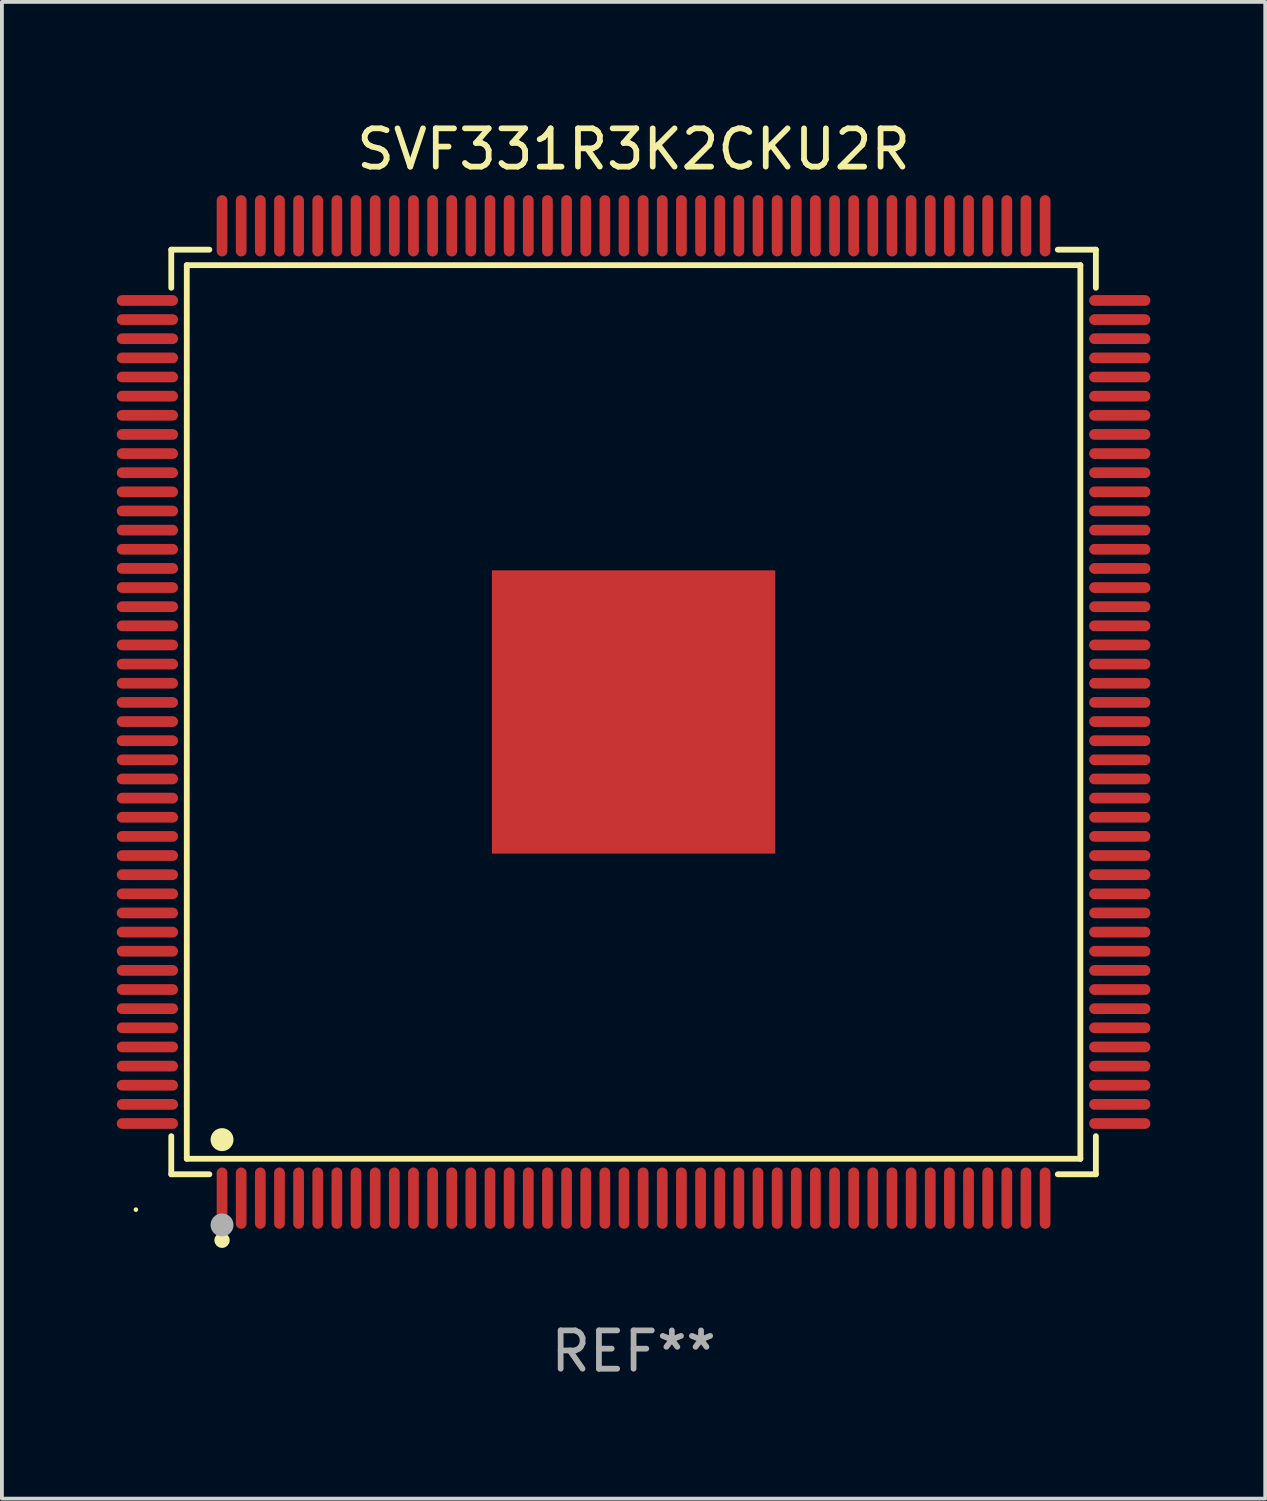
<source format=kicad_pcb>
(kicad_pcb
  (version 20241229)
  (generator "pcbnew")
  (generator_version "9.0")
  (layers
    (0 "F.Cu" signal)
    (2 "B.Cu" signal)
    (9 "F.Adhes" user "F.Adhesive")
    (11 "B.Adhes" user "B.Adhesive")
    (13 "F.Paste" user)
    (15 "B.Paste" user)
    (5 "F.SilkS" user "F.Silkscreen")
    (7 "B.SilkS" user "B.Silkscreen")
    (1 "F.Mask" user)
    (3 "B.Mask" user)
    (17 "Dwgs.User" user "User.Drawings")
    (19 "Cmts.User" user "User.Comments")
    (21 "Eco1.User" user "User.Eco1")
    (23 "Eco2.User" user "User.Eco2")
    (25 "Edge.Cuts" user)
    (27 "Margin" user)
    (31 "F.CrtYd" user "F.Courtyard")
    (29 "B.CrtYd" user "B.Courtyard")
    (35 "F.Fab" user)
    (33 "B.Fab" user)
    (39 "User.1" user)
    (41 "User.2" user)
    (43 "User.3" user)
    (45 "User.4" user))
  (footprint "SVF331R3K2CKU2R"
    (layer "F.Cu")
    (at 13.5 15.548)
    (property "Reference" "SVF331R3K2CKU2R" (at 0 -14.7 0) (layer "F.SilkS") (effects (font (size 1 1) (thickness 0.15))))
    (attr through_hole)
    (fp_line (start -12.076 -12.076) (end -11.081 -12.076) (stroke (width 0.152) (type solid)) (layer "F.SilkS"))
    (fp_line (start -12.076 -11.081) (end -12.076 -12.076) (stroke (width 0.152) (type solid)) (layer "F.SilkS"))
    (fp_line (start -12.076 11.081) (end -12.076 12.076) (stroke (width 0.152) (type solid)) (layer "F.SilkS"))
    (fp_line (start -12.076 12.076) (end -11.081 12.076) (stroke (width 0.152) (type solid)) (layer "F.SilkS"))
    (fp_line (start -11.671 -11.671) (end 11.671 -11.671) (stroke (width 0.152) (type solid)) (layer "F.SilkS"))
    (fp_line (start -11.671 11.671) (end -11.671 -11.671) (stroke (width 0.152) (type solid)) (layer "F.SilkS"))
    (fp_line (start 11.671 -11.671) (end 11.671 11.671) (stroke (width 0.152) (type solid)) (layer "F.SilkS"))
    (fp_line (start 11.671 11.671) (end -11.671 11.671) (stroke (width 0.152) (type solid)) (layer "F.SilkS"))
    (fp_line (start 12.076 -12.076) (end 11.081 -12.076) (stroke (width 0.152) (type solid)) (layer "F.SilkS"))
    (fp_line (start 12.076 -11.081) (end 12.076 -12.076) (stroke (width 0.152) (type solid)) (layer "F.SilkS"))
    (fp_line (start 12.076 11.081) (end 12.076 12.076) (stroke (width 0.152) (type solid)) (layer "F.SilkS"))
    (fp_line (start 12.076 12.076) (end 11.081 12.076) (stroke (width 0.152) (type solid)) (layer "F.SilkS"))
    (fp_circle (center -13 13) (end -12.97 13) (stroke (width 0.06) (type solid)) (fill no) (layer "F.SilkS"))
    (fp_circle (center -10.75 11.171) (end -10.6 11.171) (stroke (width 0.3) (type solid)) (fill no) (layer "F.SilkS"))
    (fp_circle (center -10.75 13.8) (end -10.65 13.8) (stroke (width 0.2) (type solid)) (fill no) (layer "F.SilkS"))
    (fp_circle (center -10.75 13.4) (end -10.6 13.4) (stroke (width 0.3) (type solid)) (fill no) (layer "F.Fab"))
    (fp_text user "REF**" (at 0 16.7 0) (layer "F.Fab") (effects (font (size 1 1) (thickness 0.15))))
    (pad "1" smd oval (at -10.75 12.7) (size 0.28 1.6) (layers "F.Cu" "F.Mask" "F.Paste"))
    (pad "2" smd oval (at -10.25 12.7) (size 0.28 1.6) (layers "F.Cu" "F.Mask" "F.Paste"))
    (pad "3" smd oval (at -9.75 12.7) (size 0.28 1.6) (layers "F.Cu" "F.Mask" "F.Paste"))
    (pad "4" smd oval (at -9.25 12.7) (size 0.28 1.6) (layers "F.Cu" "F.Mask" "F.Paste"))
    (pad "5" smd oval (at -8.75 12.7) (size 0.28 1.6) (layers "F.Cu" "F.Mask" "F.Paste"))
    (pad "6" smd oval (at -8.25 12.7) (size 0.28 1.6) (layers "F.Cu" "F.Mask" "F.Paste"))
    (pad "7" smd oval (at -7.75 12.7) (size 0.28 1.6) (layers "F.Cu" "F.Mask" "F.Paste"))
    (pad "8" smd oval (at -7.25 12.7) (size 0.28 1.6) (layers "F.Cu" "F.Mask" "F.Paste"))
    (pad "9" smd oval (at -6.75 12.7) (size 0.28 1.6) (layers "F.Cu" "F.Mask" "F.Paste"))
    (pad "10" smd oval (at -6.25 12.7) (size 0.28 1.6) (layers "F.Cu" "F.Mask" "F.Paste"))
    (pad "11" smd oval (at -5.75 12.7) (size 0.28 1.6) (layers "F.Cu" "F.Mask" "F.Paste"))
    (pad "12" smd oval (at -5.25 12.7) (size 0.28 1.6) (layers "F.Cu" "F.Mask" "F.Paste"))
    (pad "13" smd oval (at -4.75 12.7) (size 0.28 1.6) (layers "F.Cu" "F.Mask" "F.Paste"))
    (pad "14" smd oval (at -4.25 12.7) (size 0.28 1.6) (layers "F.Cu" "F.Mask" "F.Paste"))
    (pad "15" smd oval (at -3.75 12.7) (size 0.28 1.6) (layers "F.Cu" "F.Mask" "F.Paste"))
    (pad "16" smd oval (at -3.25 12.7) (size 0.28 1.6) (layers "F.Cu" "F.Mask" "F.Paste"))
    (pad "17" smd oval (at -2.75 12.7) (size 0.28 1.6) (layers "F.Cu" "F.Mask" "F.Paste"))
    (pad "18" smd oval (at -2.25 12.7) (size 0.28 1.6) (layers "F.Cu" "F.Mask" "F.Paste"))
    (pad "19" smd oval (at -1.75 12.7) (size 0.28 1.6) (layers "F.Cu" "F.Mask" "F.Paste"))
    (pad "20" smd oval (at -1.25 12.7) (size 0.28 1.6) (layers "F.Cu" "F.Mask" "F.Paste"))
    (pad "21" smd oval (at -0.75 12.7) (size 0.28 1.6) (layers "F.Cu" "F.Mask" "F.Paste"))
    (pad "22" smd oval (at -0.25 12.7) (size 0.28 1.6) (layers "F.Cu" "F.Mask" "F.Paste"))
    (pad "23" smd oval (at 0.25 12.7) (size 0.28 1.6) (layers "F.Cu" "F.Mask" "F.Paste"))
    (pad "24" smd oval (at 0.75 12.7) (size 0.28 1.6) (layers "F.Cu" "F.Mask" "F.Paste"))
    (pad "25" smd oval (at 1.25 12.7) (size 0.28 1.6) (layers "F.Cu" "F.Mask" "F.Paste"))
    (pad "26" smd oval (at 1.75 12.7) (size 0.28 1.6) (layers "F.Cu" "F.Mask" "F.Paste"))
    (pad "27" smd oval (at 2.25 12.7) (size 0.28 1.6) (layers "F.Cu" "F.Mask" "F.Paste"))
    (pad "28" smd oval (at 2.75 12.7) (size 0.28 1.6) (layers "F.Cu" "F.Mask" "F.Paste"))
    (pad "29" smd oval (at 3.25 12.7) (size 0.28 1.6) (layers "F.Cu" "F.Mask" "F.Paste"))
    (pad "30" smd oval (at 3.75 12.7) (size 0.28 1.6) (layers "F.Cu" "F.Mask" "F.Paste"))
    (pad "31" smd oval (at 4.25 12.7) (size 0.28 1.6) (layers "F.Cu" "F.Mask" "F.Paste"))
    (pad "32" smd oval (at 4.75 12.7) (size 0.28 1.6) (layers "F.Cu" "F.Mask" "F.Paste"))
    (pad "33" smd oval (at 5.25 12.7) (size 0.28 1.6) (layers "F.Cu" "F.Mask" "F.Paste"))
    (pad "34" smd oval (at 5.75 12.7) (size 0.28 1.6) (layers "F.Cu" "F.Mask" "F.Paste"))
    (pad "35" smd oval (at 6.25 12.7) (size 0.28 1.6) (layers "F.Cu" "F.Mask" "F.Paste"))
    (pad "36" smd oval (at 6.75 12.7) (size 0.28 1.6) (layers "F.Cu" "F.Mask" "F.Paste"))
    (pad "37" smd oval (at 7.25 12.7) (size 0.28 1.6) (layers "F.Cu" "F.Mask" "F.Paste"))
    (pad "38" smd oval (at 7.75 12.7) (size 0.28 1.6) (layers "F.Cu" "F.Mask" "F.Paste"))
    (pad "39" smd oval (at 8.25 12.7) (size 0.28 1.6) (layers "F.Cu" "F.Mask" "F.Paste"))
    (pad "40" smd oval (at 8.75 12.7) (size 0.28 1.6) (layers "F.Cu" "F.Mask" "F.Paste"))
    (pad "41" smd oval (at 9.25 12.7) (size 0.28 1.6) (layers "F.Cu" "F.Mask" "F.Paste"))
    (pad "42" smd oval (at 9.75 12.7) (size 0.28 1.6) (layers "F.Cu" "F.Mask" "F.Paste"))
    (pad "43" smd oval (at 10.25 12.7) (size 0.28 1.6) (layers "F.Cu" "F.Mask" "F.Paste"))
    (pad "44" smd oval (at 10.75 12.7) (size 0.28 1.6) (layers "F.Cu" "F.Mask" "F.Paste"))
    (pad "45" smd oval (at 12.7 10.75) (size 1.6 0.28) (layers "F.Cu" "F.Mask" "F.Paste"))
    (pad "46" smd oval (at 12.7 10.25) (size 1.6 0.28) (layers "F.Cu" "F.Mask" "F.Paste"))
    (pad "47" smd oval (at 12.7 9.75) (size 1.6 0.28) (layers "F.Cu" "F.Mask" "F.Paste"))
    (pad "48" smd oval (at 12.7 9.25) (size 1.6 0.28) (layers "F.Cu" "F.Mask" "F.Paste"))
    (pad "49" smd oval (at 12.7 8.75) (size 1.6 0.28) (layers "F.Cu" "F.Mask" "F.Paste"))
    (pad "50" smd oval (at 12.7 8.25) (size 1.6 0.28) (layers "F.Cu" "F.Mask" "F.Paste"))
    (pad "51" smd oval (at 12.7 7.75) (size 1.6 0.28) (layers "F.Cu" "F.Mask" "F.Paste"))
    (pad "52" smd oval (at 12.7 7.25) (size 1.6 0.28) (layers "F.Cu" "F.Mask" "F.Paste"))
    (pad "53" smd oval (at 12.7 6.75) (size 1.6 0.28) (layers "F.Cu" "F.Mask" "F.Paste"))
    (pad "54" smd oval (at 12.7 6.25) (size 1.6 0.28) (layers "F.Cu" "F.Mask" "F.Paste"))
    (pad "55" smd oval (at 12.7 5.75) (size 1.6 0.28) (layers "F.Cu" "F.Mask" "F.Paste"))
    (pad "56" smd oval (at 12.7 5.25) (size 1.6 0.28) (layers "F.Cu" "F.Mask" "F.Paste"))
    (pad "57" smd oval (at 12.7 4.75) (size 1.6 0.28) (layers "F.Cu" "F.Mask" "F.Paste"))
    (pad "58" smd oval (at 12.7 4.25) (size 1.6 0.28) (layers "F.Cu" "F.Mask" "F.Paste"))
    (pad "59" smd oval (at 12.7 3.75) (size 1.6 0.28) (layers "F.Cu" "F.Mask" "F.Paste"))
    (pad "60" smd oval (at 12.7 3.25) (size 1.6 0.28) (layers "F.Cu" "F.Mask" "F.Paste"))
    (pad "61" smd oval (at 12.7 2.75) (size 1.6 0.28) (layers "F.Cu" "F.Mask" "F.Paste"))
    (pad "62" smd oval (at 12.7 2.25) (size 1.6 0.28) (layers "F.Cu" "F.Mask" "F.Paste"))
    (pad "63" smd oval (at 12.7 1.75) (size 1.6 0.28) (layers "F.Cu" "F.Mask" "F.Paste"))
    (pad "64" smd oval (at 12.7 1.25) (size 1.6 0.28) (layers "F.Cu" "F.Mask" "F.Paste"))
    (pad "65" smd oval (at 12.7 0.75) (size 1.6 0.28) (layers "F.Cu" "F.Mask" "F.Paste"))
    (pad "66" smd oval (at 12.7 0.25) (size 1.6 0.28) (layers "F.Cu" "F.Mask" "F.Paste"))
    (pad "67" smd oval (at 12.7 -0.25) (size 1.6 0.28) (layers "F.Cu" "F.Mask" "F.Paste"))
    (pad "68" smd oval (at 12.7 -0.75) (size 1.6 0.28) (layers "F.Cu" "F.Mask" "F.Paste"))
    (pad "69" smd oval (at 12.7 -1.25) (size 1.6 0.28) (layers "F.Cu" "F.Mask" "F.Paste"))
    (pad "70" smd oval (at 12.7 -1.75) (size 1.6 0.28) (layers "F.Cu" "F.Mask" "F.Paste"))
    (pad "71" smd oval (at 12.7 -2.25) (size 1.6 0.28) (layers "F.Cu" "F.Mask" "F.Paste"))
    (pad "72" smd oval (at 12.7 -2.75) (size 1.6 0.28) (layers "F.Cu" "F.Mask" "F.Paste"))
    (pad "73" smd oval (at 12.7 -3.25) (size 1.6 0.28) (layers "F.Cu" "F.Mask" "F.Paste"))
    (pad "74" smd oval (at 12.7 -3.75) (size 1.6 0.28) (layers "F.Cu" "F.Mask" "F.Paste"))
    (pad "75" smd oval (at 12.7 -4.25) (size 1.6 0.28) (layers "F.Cu" "F.Mask" "F.Paste"))
    (pad "76" smd oval (at 12.7 -4.75) (size 1.6 0.28) (layers "F.Cu" "F.Mask" "F.Paste"))
    (pad "77" smd oval (at 12.7 -5.25) (size 1.6 0.28) (layers "F.Cu" "F.Mask" "F.Paste"))
    (pad "78" smd oval (at 12.7 -5.75) (size 1.6 0.28) (layers "F.Cu" "F.Mask" "F.Paste"))
    (pad "79" smd oval (at 12.7 -6.25) (size 1.6 0.28) (layers "F.Cu" "F.Mask" "F.Paste"))
    (pad "80" smd oval (at 12.7 -6.75) (size 1.6 0.28) (layers "F.Cu" "F.Mask" "F.Paste"))
    (pad "81" smd oval (at 12.7 -7.25) (size 1.6 0.28) (layers "F.Cu" "F.Mask" "F.Paste"))
    (pad "82" smd oval (at 12.7 -7.75) (size 1.6 0.28) (layers "F.Cu" "F.Mask" "F.Paste"))
    (pad "83" smd oval (at 12.7 -8.25) (size 1.6 0.28) (layers "F.Cu" "F.Mask" "F.Paste"))
    (pad "84" smd oval (at 12.7 -8.75) (size 1.6 0.28) (layers "F.Cu" "F.Mask" "F.Paste"))
    (pad "85" smd oval (at 12.7 -9.25) (size 1.6 0.28) (layers "F.Cu" "F.Mask" "F.Paste"))
    (pad "86" smd oval (at 12.7 -9.75) (size 1.6 0.28) (layers "F.Cu" "F.Mask" "F.Paste"))
    (pad "87" smd oval (at 12.7 -10.25) (size 1.6 0.28) (layers "F.Cu" "F.Mask" "F.Paste"))
    (pad "88" smd oval (at 12.7 -10.75) (size 1.6 0.28) (layers "F.Cu" "F.Mask" "F.Paste"))
    (pad "89" smd oval (at 10.75 -12.7) (size 0.28 1.6) (layers "F.Cu" "F.Mask" "F.Paste"))
    (pad "90" smd oval (at 10.25 -12.7) (size 0.28 1.6) (layers "F.Cu" "F.Mask" "F.Paste"))
    (pad "91" smd oval (at 9.75 -12.7) (size 0.28 1.6) (layers "F.Cu" "F.Mask" "F.Paste"))
    (pad "92" smd oval (at 9.25 -12.7) (size 0.28 1.6) (layers "F.Cu" "F.Mask" "F.Paste"))
    (pad "93" smd oval (at 8.75 -12.7) (size 0.28 1.6) (layers "F.Cu" "F.Mask" "F.Paste"))
    (pad "94" smd oval (at 8.25 -12.7) (size 0.28 1.6) (layers "F.Cu" "F.Mask" "F.Paste"))
    (pad "95" smd oval (at 7.75 -12.7) (size 0.28 1.6) (layers "F.Cu" "F.Mask" "F.Paste"))
    (pad "96" smd oval (at 7.25 -12.7) (size 0.28 1.6) (layers "F.Cu" "F.Mask" "F.Paste"))
    (pad "97" smd oval (at 6.75 -12.7) (size 0.28 1.6) (layers "F.Cu" "F.Mask" "F.Paste"))
    (pad "98" smd oval (at 6.25 -12.7) (size 0.28 1.6) (layers "F.Cu" "F.Mask" "F.Paste"))
    (pad "99" smd oval (at 5.75 -12.7) (size 0.28 1.6) (layers "F.Cu" "F.Mask" "F.Paste"))
    (pad "100" smd oval (at 5.25 -12.7) (size 0.28 1.6) (layers "F.Cu" "F.Mask" "F.Paste"))
    (pad "101" smd oval (at 4.75 -12.7) (size 0.28 1.6) (layers "F.Cu" "F.Mask" "F.Paste"))
    (pad "102" smd oval (at 4.25 -12.7) (size 0.28 1.6) (layers "F.Cu" "F.Mask" "F.Paste"))
    (pad "103" smd oval (at 3.75 -12.7) (size 0.28 1.6) (layers "F.Cu" "F.Mask" "F.Paste"))
    (pad "104" smd oval (at 3.25 -12.7) (size 0.28 1.6) (layers "F.Cu" "F.Mask" "F.Paste"))
    (pad "105" smd oval (at 2.75 -12.7) (size 0.28 1.6) (layers "F.Cu" "F.Mask" "F.Paste"))
    (pad "106" smd oval (at 2.25 -12.7) (size 0.28 1.6) (layers "F.Cu" "F.Mask" "F.Paste"))
    (pad "107" smd oval (at 1.75 -12.7) (size 0.28 1.6) (layers "F.Cu" "F.Mask" "F.Paste"))
    (pad "108" smd oval (at 1.25 -12.7) (size 0.28 1.6) (layers "F.Cu" "F.Mask" "F.Paste"))
    (pad "109" smd oval (at 0.75 -12.7) (size 0.28 1.6) (layers "F.Cu" "F.Mask" "F.Paste"))
    (pad "110" smd oval (at 0.25 -12.7) (size 0.28 1.6) (layers "F.Cu" "F.Mask" "F.Paste"))
    (pad "111" smd oval (at -0.25 -12.7) (size 0.28 1.6) (layers "F.Cu" "F.Mask" "F.Paste"))
    (pad "112" smd oval (at -0.75 -12.7) (size 0.28 1.6) (layers "F.Cu" "F.Mask" "F.Paste"))
    (pad "113" smd oval (at -1.25 -12.7) (size 0.28 1.6) (layers "F.Cu" "F.Mask" "F.Paste"))
    (pad "114" smd oval (at -1.75 -12.7) (size 0.28 1.6) (layers "F.Cu" "F.Mask" "F.Paste"))
    (pad "115" smd oval (at -2.25 -12.7) (size 0.28 1.6) (layers "F.Cu" "F.Mask" "F.Paste"))
    (pad "116" smd oval (at -2.75 -12.7) (size 0.28 1.6) (layers "F.Cu" "F.Mask" "F.Paste"))
    (pad "117" smd oval (at -3.25 -12.7) (size 0.28 1.6) (layers "F.Cu" "F.Mask" "F.Paste"))
    (pad "118" smd oval (at -3.75 -12.7) (size 0.28 1.6) (layers "F.Cu" "F.Mask" "F.Paste"))
    (pad "119" smd oval (at -4.25 -12.7) (size 0.28 1.6) (layers "F.Cu" "F.Mask" "F.Paste"))
    (pad "120" smd oval (at -4.75 -12.7) (size 0.28 1.6) (layers "F.Cu" "F.Mask" "F.Paste"))
    (pad "121" smd oval (at -5.25 -12.7) (size 0.28 1.6) (layers "F.Cu" "F.Mask" "F.Paste"))
    (pad "122" smd oval (at -5.75 -12.7) (size 0.28 1.6) (layers "F.Cu" "F.Mask" "F.Paste"))
    (pad "123" smd oval (at -6.25 -12.7) (size 0.28 1.6) (layers "F.Cu" "F.Mask" "F.Paste"))
    (pad "124" smd oval (at -6.75 -12.7) (size 0.28 1.6) (layers "F.Cu" "F.Mask" "F.Paste"))
    (pad "125" smd oval (at -7.25 -12.7) (size 0.28 1.6) (layers "F.Cu" "F.Mask" "F.Paste"))
    (pad "126" smd oval (at -7.75 -12.7) (size 0.28 1.6) (layers "F.Cu" "F.Mask" "F.Paste"))
    (pad "127" smd oval (at -8.25 -12.7) (size 0.28 1.6) (layers "F.Cu" "F.Mask" "F.Paste"))
    (pad "128" smd oval (at -8.75 -12.7) (size 0.28 1.6) (layers "F.Cu" "F.Mask" "F.Paste"))
    (pad "129" smd oval (at -9.25 -12.7) (size 0.28 1.6) (layers "F.Cu" "F.Mask" "F.Paste"))
    (pad "130" smd oval (at -9.75 -12.7) (size 0.28 1.6) (layers "F.Cu" "F.Mask" "F.Paste"))
    (pad "131" smd oval (at -10.25 -12.7) (size 0.28 1.6) (layers "F.Cu" "F.Mask" "F.Paste"))
    (pad "132" smd oval (at -10.75 -12.7) (size 0.28 1.6) (layers "F.Cu" "F.Mask" "F.Paste"))
    (pad "133" smd oval (at -12.7 -10.75) (size 1.6 0.28) (layers "F.Cu" "F.Mask" "F.Paste"))
    (pad "134" smd oval (at -12.7 -10.25) (size 1.6 0.28) (layers "F.Cu" "F.Mask" "F.Paste"))
    (pad "135" smd oval (at -12.7 -9.75) (size 1.6 0.28) (layers "F.Cu" "F.Mask" "F.Paste"))
    (pad "136" smd oval (at -12.7 -9.25) (size 1.6 0.28) (layers "F.Cu" "F.Mask" "F.Paste"))
    (pad "137" smd oval (at -12.7 -8.75) (size 1.6 0.28) (layers "F.Cu" "F.Mask" "F.Paste"))
    (pad "138" smd oval (at -12.7 -8.25) (size 1.6 0.28) (layers "F.Cu" "F.Mask" "F.Paste"))
    (pad "139" smd oval (at -12.7 -7.75) (size 1.6 0.28) (layers "F.Cu" "F.Mask" "F.Paste"))
    (pad "140" smd oval (at -12.7 -7.25) (size 1.6 0.28) (layers "F.Cu" "F.Mask" "F.Paste"))
    (pad "141" smd oval (at -12.7 -6.75) (size 1.6 0.28) (layers "F.Cu" "F.Mask" "F.Paste"))
    (pad "142" smd oval (at -12.7 -6.25) (size 1.6 0.28) (layers "F.Cu" "F.Mask" "F.Paste"))
    (pad "143" smd oval (at -12.7 -5.75) (size 1.6 0.28) (layers "F.Cu" "F.Mask" "F.Paste"))
    (pad "144" smd oval (at -12.7 -5.25) (size 1.6 0.28) (layers "F.Cu" "F.Mask" "F.Paste"))
    (pad "145" smd oval (at -12.7 -4.75) (size 1.6 0.28) (layers "F.Cu" "F.Mask" "F.Paste"))
    (pad "146" smd oval (at -12.7 -4.25) (size 1.6 0.28) (layers "F.Cu" "F.Mask" "F.Paste"))
    (pad "147" smd oval (at -12.7 -3.75) (size 1.6 0.28) (layers "F.Cu" "F.Mask" "F.Paste"))
    (pad "148" smd oval (at -12.7 -3.25) (size 1.6 0.28) (layers "F.Cu" "F.Mask" "F.Paste"))
    (pad "149" smd oval (at -12.7 -2.75) (size 1.6 0.28) (layers "F.Cu" "F.Mask" "F.Paste"))
    (pad "150" smd oval (at -12.7 -2.25) (size 1.6 0.28) (layers "F.Cu" "F.Mask" "F.Paste"))
    (pad "151" smd oval (at -12.7 -1.75) (size 1.6 0.28) (layers "F.Cu" "F.Mask" "F.Paste"))
    (pad "152" smd oval (at -12.7 -1.25) (size 1.6 0.28) (layers "F.Cu" "F.Mask" "F.Paste"))
    (pad "153" smd oval (at -12.7 -0.75) (size 1.6 0.28) (layers "F.Cu" "F.Mask" "F.Paste"))
    (pad "154" smd oval (at -12.7 -0.25) (size 1.6 0.28) (layers "F.Cu" "F.Mask" "F.Paste"))
    (pad "155" smd oval (at -12.7 0.25) (size 1.6 0.28) (layers "F.Cu" "F.Mask" "F.Paste"))
    (pad "156" smd oval (at -12.7 0.75) (size 1.6 0.28) (layers "F.Cu" "F.Mask" "F.Paste"))
    (pad "157" smd oval (at -12.7 1.25) (size 1.6 0.28) (layers "F.Cu" "F.Mask" "F.Paste"))
    (pad "158" smd oval (at -12.7 1.75) (size 1.6 0.28) (layers "F.Cu" "F.Mask" "F.Paste"))
    (pad "159" smd oval (at -12.7 2.25) (size 1.6 0.28) (layers "F.Cu" "F.Mask" "F.Paste"))
    (pad "160" smd oval (at -12.7 2.75) (size 1.6 0.28) (layers "F.Cu" "F.Mask" "F.Paste"))
    (pad "161" smd oval (at -12.7 3.25) (size 1.6 0.28) (layers "F.Cu" "F.Mask" "F.Paste"))
    (pad "162" smd oval (at -12.7 3.75) (size 1.6 0.28) (layers "F.Cu" "F.Mask" "F.Paste"))
    (pad "163" smd oval (at -12.7 4.25) (size 1.6 0.28) (layers "F.Cu" "F.Mask" "F.Paste"))
    (pad "164" smd oval (at -12.7 4.75) (size 1.6 0.28) (layers "F.Cu" "F.Mask" "F.Paste"))
    (pad "165" smd oval (at -12.7 5.25) (size 1.6 0.28) (layers "F.Cu" "F.Mask" "F.Paste"))
    (pad "166" smd oval (at -12.7 5.75) (size 1.6 0.28) (layers "F.Cu" "F.Mask" "F.Paste"))
    (pad "167" smd oval (at -12.7 6.25) (size 1.6 0.28) (layers "F.Cu" "F.Mask" "F.Paste"))
    (pad "168" smd oval (at -12.7 6.75) (size 1.6 0.28) (layers "F.Cu" "F.Mask" "F.Paste"))
    (pad "169" smd oval (at -12.7 7.25) (size 1.6 0.28) (layers "F.Cu" "F.Mask" "F.Paste"))
    (pad "170" smd oval (at -12.7 7.75) (size 1.6 0.28) (layers "F.Cu" "F.Mask" "F.Paste"))
    (pad "171" smd oval (at -12.7 8.25) (size 1.6 0.28) (layers "F.Cu" "F.Mask" "F.Paste"))
    (pad "172" smd oval (at -12.7 8.75) (size 1.6 0.28) (layers "F.Cu" "F.Mask" "F.Paste"))
    (pad "173" smd oval (at -12.7 9.25) (size 1.6 0.28) (layers "F.Cu" "F.Mask" "F.Paste"))
    (pad "174" smd oval (at -12.7 9.75) (size 1.6 0.28) (layers "F.Cu" "F.Mask" "F.Paste"))
    (pad "175" smd oval (at -12.7 10.25) (size 1.6 0.28) (layers "F.Cu" "F.Mask" "F.Paste"))
    (pad "176" smd oval (at -12.7 10.75) (size 1.6 0.28) (layers "F.Cu" "F.Mask" "F.Paste"))
    (pad "177" smd rect (at 0 0) (size 7.4 7.4) (layers "F.Cu" "F.Mask" "F.Paste")))
  (gr_rect
    (start -3 -3)
    (end 30 36.097)
    (stroke (width 0.1) (type default))
    (fill no)
    (layer "Edge.Cuts")))
</source>
